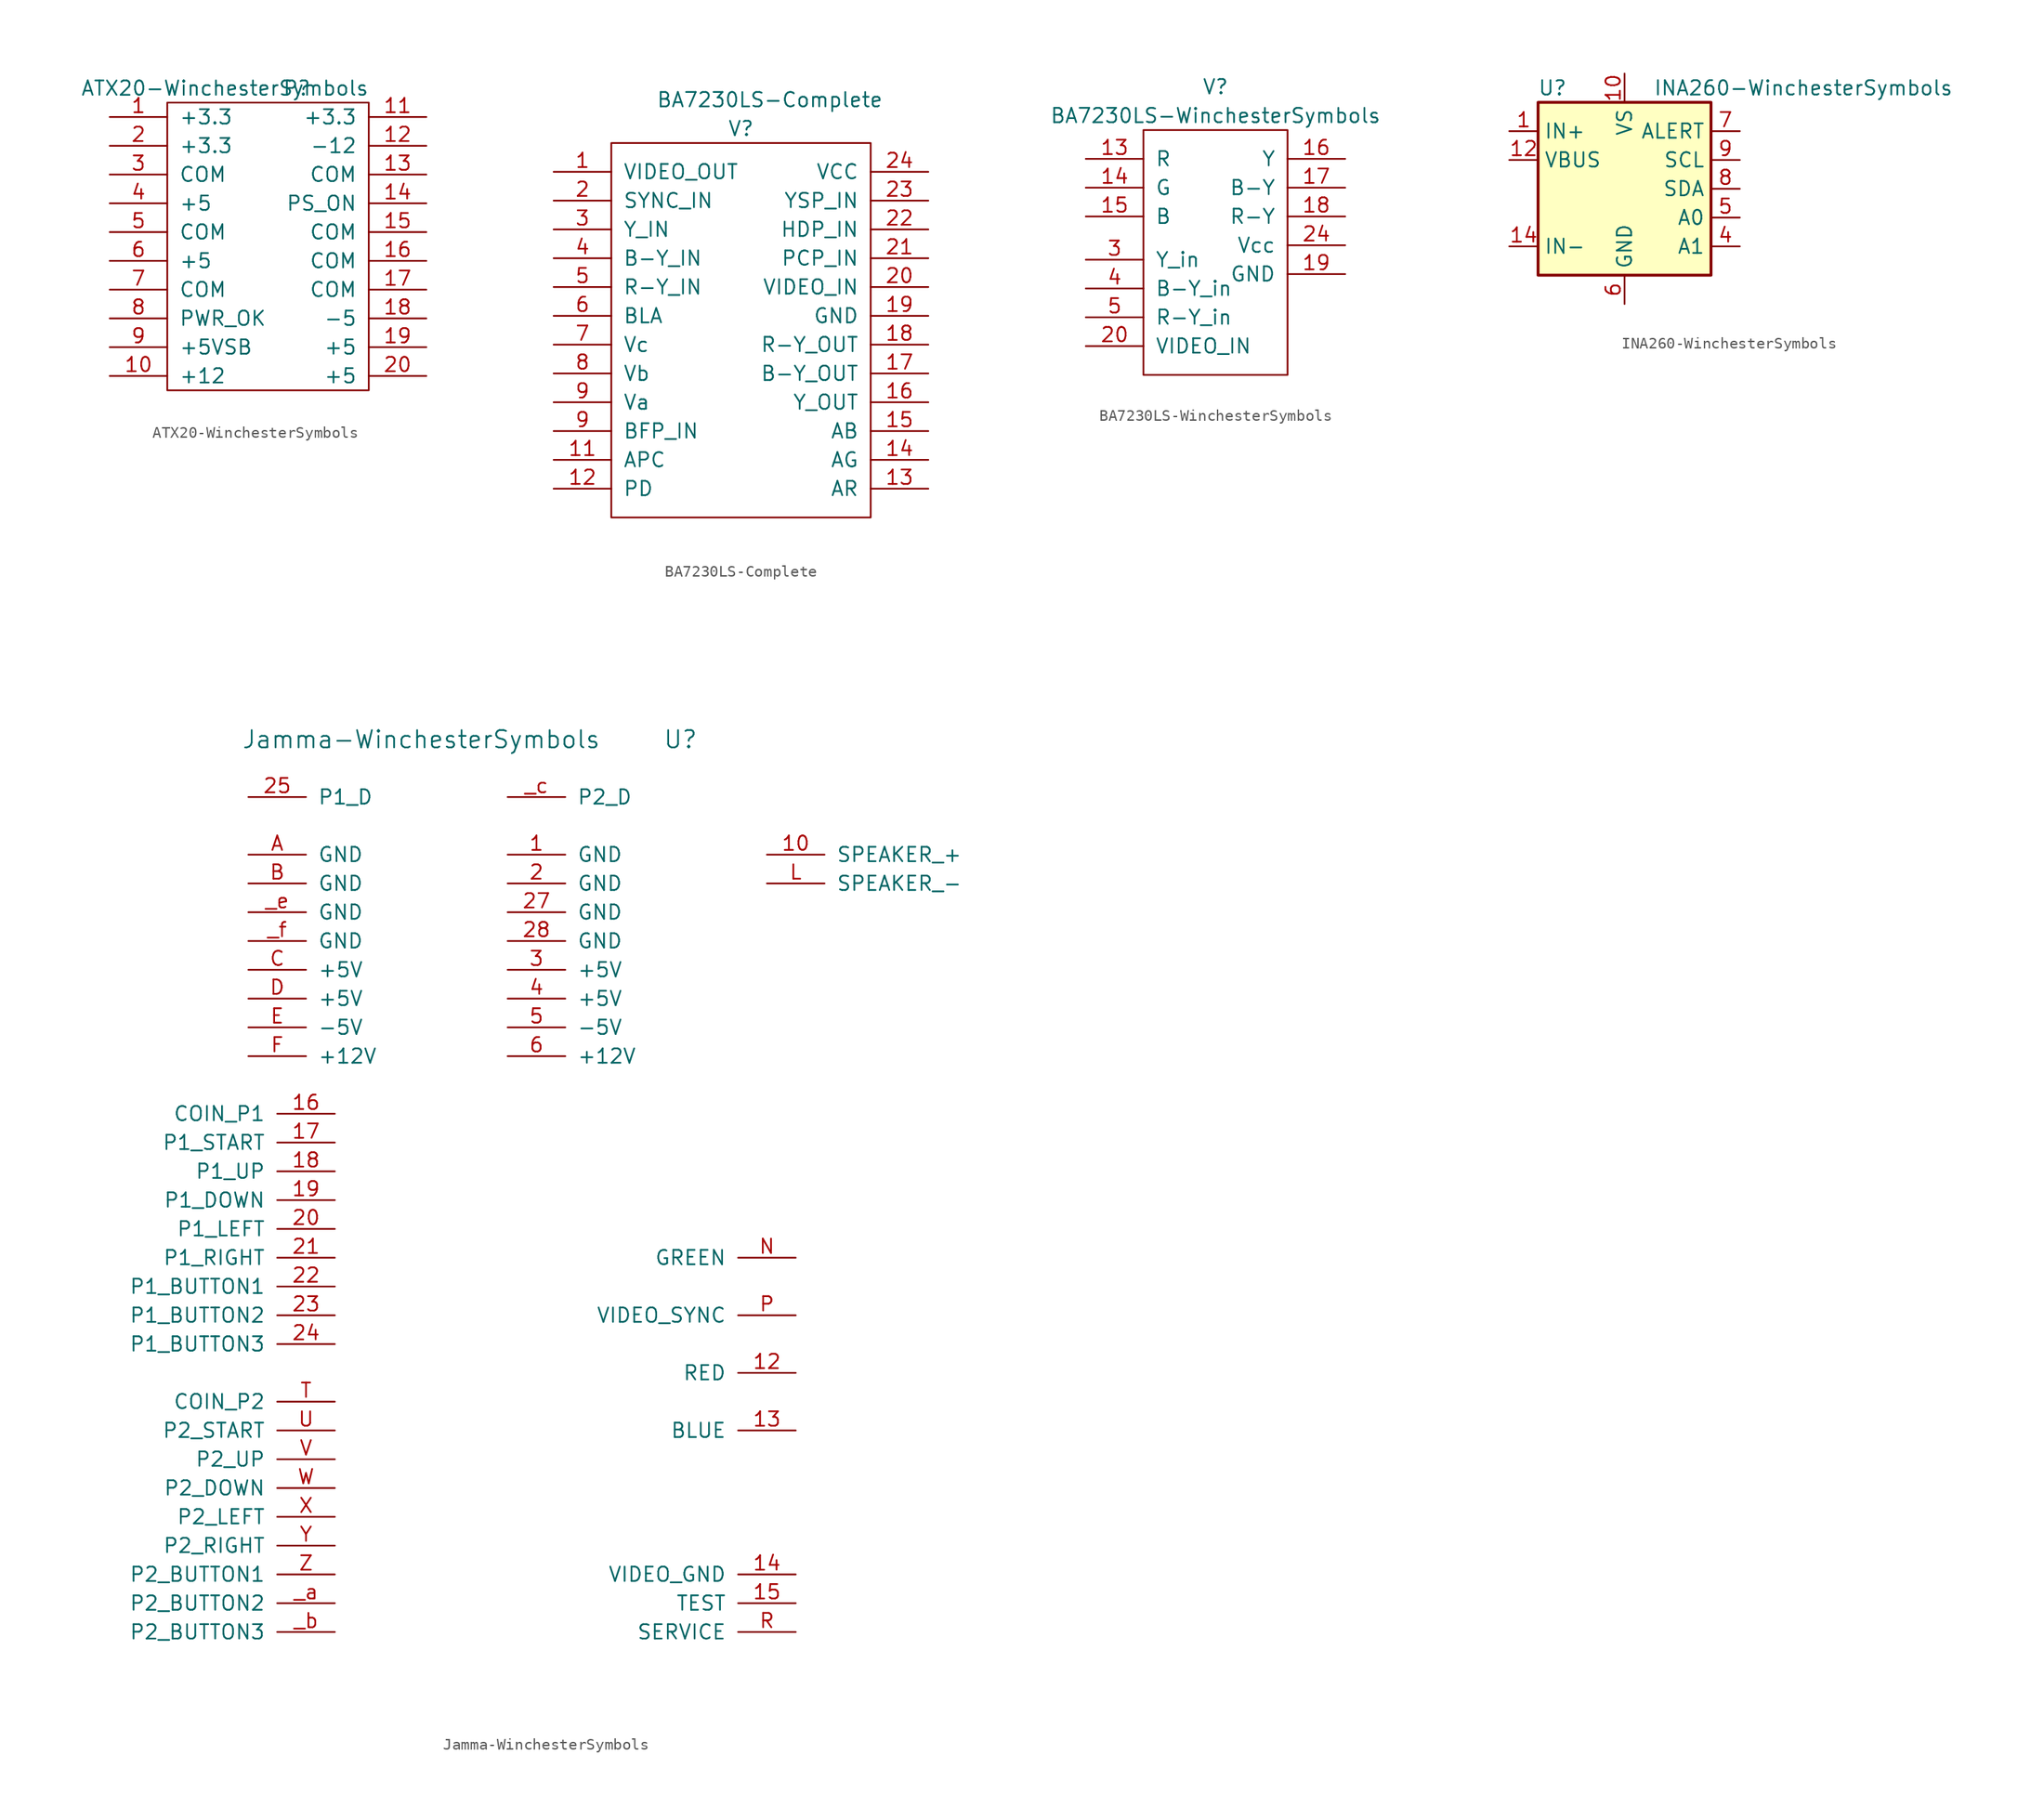
<source format=kicad_sym>
(kicad_symbol_lib
  (version 20211014)
  (generator kicad_symbol_editor)
  (symbol "ATX20-WinchesterSymbols"
    (pin_names
      (offset 1.016))
    (property "Reference" "P"
      (at 2.54 6.35 0)
      (effects (font (size 1.27 1.27))))
    (property "Value" "ATX20-WinchesterSymbols"
      (at -3.81 6.35 0)
      (effects (font (size 1.27 1.27))))
    (symbol "ATX20-WinchesterSymbols_0_1"
      (rectangle (start -8.89 5.08) (end 8.89 -20.32) (stroke (width 0) (type default) (color 0 0 0 0)) (fill (type none))))
    (symbol "ATX20-WinchesterSymbols_1_1"
      (pin input line (at -13.97 3.81 0) (length 5.08) (name "+3.3" (effects (font (size 1.27 1.27)))) (number "1" (effects (font (size 1.27 1.27)))))
      (pin input line (at -13.97 -19.05 0) (length 5.08) (name "+12" (effects (font (size 1.27 1.27)))) (number "10" (effects (font (size 1.27 1.27)))))
      (pin input line (at 13.97 3.81 180) (length 5.08) (name "+3.3" (effects (font (size 1.27 1.27)))) (number "11" (effects (font (size 1.27 1.27)))))
      (pin input line (at 13.97 1.27 180) (length 5.08) (name "-12" (effects (font (size 1.27 1.27)))) (number "12" (effects (font (size 1.27 1.27)))))
      (pin input line (at 13.97 -1.27 180) (length 5.08) (name "COM" (effects (font (size 1.27 1.27)))) (number "13" (effects (font (size 1.27 1.27)))))
      (pin input line (at 13.97 -3.81 180) (length 5.08) (name "PS_ON" (effects (font (size 1.27 1.27)))) (number "14" (effects (font (size 1.27 1.27)))))
      (pin input line (at 13.97 -6.35 180) (length 5.08) (name "COM" (effects (font (size 1.27 1.27)))) (number "15" (effects (font (size 1.27 1.27)))))
      (pin input line (at 13.97 -8.89 180) (length 5.08) (name "COM" (effects (font (size 1.27 1.27)))) (number "16" (effects (font (size 1.27 1.27)))))
      (pin input line (at 13.97 -11.43 180) (length 5.08) (name "COM" (effects (font (size 1.27 1.27)))) (number "17" (effects (font (size 1.27 1.27)))))
      (pin input line (at 13.97 -13.97 180) (length 5.08) (name "-5" (effects (font (size 1.27 1.27)))) (number "18" (effects (font (size 1.27 1.27)))))
      (pin input line (at 13.97 -16.51 180) (length 5.08) (name "+5" (effects (font (size 1.27 1.27)))) (number "19" (effects (font (size 1.27 1.27)))))
      (pin input line (at -13.97 1.27 0) (length 5.08) (name "+3.3" (effects (font (size 1.27 1.27)))) (number "2" (effects (font (size 1.27 1.27)))))
      (pin input line (at 13.97 -19.05 180) (length 5.08) (name "+5" (effects (font (size 1.27 1.27)))) (number "20" (effects (font (size 1.27 1.27)))))
      (pin input line (at -13.97 -1.27 0) (length 5.08) (name "COM" (effects (font (size 1.27 1.27)))) (number "3" (effects (font (size 1.27 1.27)))))
      (pin input line (at -13.97 -3.81 0) (length 5.08) (name "+5" (effects (font (size 1.27 1.27)))) (number "4" (effects (font (size 1.27 1.27)))))
      (pin input line (at -13.97 -6.35 0) (length 5.08) (name "COM" (effects (font (size 1.27 1.27)))) (number "5" (effects (font (size 1.27 1.27)))))
      (pin input line (at -13.97 -8.89 0) (length 5.08) (name "+5" (effects (font (size 1.27 1.27)))) (number "6" (effects (font (size 1.27 1.27)))))
      (pin input line (at -13.97 -11.43 0) (length 5.08) (name "COM" (effects (font (size 1.27 1.27)))) (number "7" (effects (font (size 1.27 1.27)))))
      (pin input line (at -13.97 -13.97 0) (length 5.08) (name "PWR_OK" (effects (font (size 1.27 1.27)))) (number "8" (effects (font (size 1.27 1.27)))))
      (pin input line (at -13.97 -16.51 0) (length 5.08) (name "+5VSB" (effects (font (size 1.27 1.27)))) (number "9" (effects (font (size 1.27 1.27)))))))
  (symbol "BA7230LS-Complete"
    (pin_names
      (offset 1.016))
    (property "Reference" "V"
      (at 0 17.78 0)
      (effects (font (size 1.27 1.27))))
    (property "Value" "BA7230LS-Complete"
      (at 2.54 20.32 0)
      (effects (font (size 1.27 1.27))))
    (symbol "BA7230LS-Complete_0_1"
      (rectangle (start -11.43 16.51) (end 11.43 -16.51) (stroke (width 0) (type default) (color 0 0 0 0)) (fill (type none))))
    (symbol "BA7230LS-Complete_1_1"
      (pin input line (at -16.51 13.97 0) (length 5.08) (name "VIDEO_OUT" (effects (font (size 1.27 1.27)))) (number "1" (effects (font (size 1.27 1.27)))))
      (pin input line (at -16.51 -11.43 0) (length 5.08) (name "APC" (effects (font (size 1.27 1.27)))) (number "11" (effects (font (size 1.27 1.27)))))
      (pin input line (at -16.51 -13.97 0) (length 5.08) (name "PD" (effects (font (size 1.27 1.27)))) (number "12" (effects (font (size 1.27 1.27)))))
      (pin input line (at 16.51 -13.97 180) (length 5.08) (name "AR" (effects (font (size 1.27 1.27)))) (number "13" (effects (font (size 1.27 1.27)))))
      (pin input line (at 16.51 -11.43 180) (length 5.08) (name "AG" (effects (font (size 1.27 1.27)))) (number "14" (effects (font (size 1.27 1.27)))))
      (pin input line (at 16.51 -8.89 180) (length 5.08) (name "AB" (effects (font (size 1.27 1.27)))) (number "15" (effects (font (size 1.27 1.27)))))
      (pin input line (at 16.51 -6.35 180) (length 5.08) (name "Y_OUT" (effects (font (size 1.27 1.27)))) (number "16" (effects (font (size 1.27 1.27)))))
      (pin input line (at 16.51 -3.81 180) (length 5.08) (name "B-Y_OUT" (effects (font (size 1.27 1.27)))) (number "17" (effects (font (size 1.27 1.27)))))
      (pin input line (at 16.51 -1.27 180) (length 5.08) (name "R-Y_OUT" (effects (font (size 1.27 1.27)))) (number "18" (effects (font (size 1.27 1.27)))))
      (pin input line (at 16.51 1.27 180) (length 5.08) (name "GND" (effects (font (size 1.27 1.27)))) (number "19" (effects (font (size 1.27 1.27)))))
      (pin input line (at -16.51 11.43 0) (length 5.08) (name "SYNC_IN" (effects (font (size 1.27 1.27)))) (number "2" (effects (font (size 1.27 1.27)))))
      (pin input line (at 16.51 3.81 180) (length 5.08) (name "VIDEO_IN" (effects (font (size 1.27 1.27)))) (number "20" (effects (font (size 1.27 1.27)))))
      (pin input line (at 16.51 6.35 180) (length 5.08) (name "PCP_IN" (effects (font (size 1.27 1.27)))) (number "21" (effects (font (size 1.27 1.27)))))
      (pin input line (at 16.51 8.89 180) (length 5.08) (name "HDP_IN" (effects (font (size 1.27 1.27)))) (number "22" (effects (font (size 1.27 1.27)))))
      (pin input line (at 16.51 11.43 180) (length 5.08) (name "YSP_IN" (effects (font (size 1.27 1.27)))) (number "23" (effects (font (size 1.27 1.27)))))
      (pin input line (at 16.51 13.97 180) (length 5.08) (name "VCC" (effects (font (size 1.27 1.27)))) (number "24" (effects (font (size 1.27 1.27)))))
      (pin input line (at -16.51 8.89 0) (length 5.08) (name "Y_IN" (effects (font (size 1.27 1.27)))) (number "3" (effects (font (size 1.27 1.27)))))
      (pin input line (at -16.51 6.35 0) (length 5.08) (name "B-Y_IN" (effects (font (size 1.27 1.27)))) (number "4" (effects (font (size 1.27 1.27)))))
      (pin input line (at -16.51 3.81 0) (length 5.08) (name "R-Y_IN" (effects (font (size 1.27 1.27)))) (number "5" (effects (font (size 1.27 1.27)))))
      (pin input line (at -16.51 1.27 0) (length 5.08) (name "BLA" (effects (font (size 1.27 1.27)))) (number "6" (effects (font (size 1.27 1.27)))))
      (pin input line (at -16.51 -1.27 0) (length 5.08) (name "Vc" (effects (font (size 1.27 1.27)))) (number "7" (effects (font (size 1.27 1.27)))))
      (pin input line (at -16.51 -3.81 0) (length 5.08) (name "Vb" (effects (font (size 1.27 1.27)))) (number "8" (effects (font (size 1.27 1.27)))))
      (pin input line (at -16.51 -8.89 0) (length 5.08) (name "BFP_IN" (effects (font (size 1.27 1.27)))) (number "9" (effects (font (size 1.27 1.27)))))
      (pin input line (at -16.51 -6.35 0) (length 5.08) (name "Va" (effects (font (size 1.27 1.27)))) (number "9" (effects (font (size 1.27 1.27)))))))
  (symbol "BA7230LS-WinchesterSymbols"
    (pin_names
      (offset 1.016))
    (property "Reference" "V"
      (at 0 12.7 0)
      (effects (font (size 1.27 1.27))))
    (property "Value" "BA7230LS-WinchesterSymbols"
      (at 0 10.16 0)
      (effects (font (size 1.27 1.27))))
    (symbol "BA7230LS-WinchesterSymbols_0_1"
      (rectangle (start -6.35 8.89) (end 6.35 -12.7) (stroke (width 0) (type default) (color 0 0 0 0)) (fill (type none))))
    (symbol "BA7230LS-WinchesterSymbols_1_1"
      (pin input line (at -11.43 6.35 0) (length 5.08) (name "R" (effects (font (size 1.27 1.27)))) (number "13" (effects (font (size 1.27 1.27)))))
      (pin input line (at -11.43 3.81 0) (length 5.08) (name "G" (effects (font (size 1.27 1.27)))) (number "14" (effects (font (size 1.27 1.27)))))
      (pin input line (at -11.43 1.27 0) (length 5.08) (name "B" (effects (font (size 1.27 1.27)))) (number "15" (effects (font (size 1.27 1.27)))))
      (pin input line (at 11.43 6.35 180) (length 5.08) (name "Y" (effects (font (size 1.27 1.27)))) (number "16" (effects (font (size 1.27 1.27)))))
      (pin input line (at 11.43 3.81 180) (length 5.08) (name "B-Y" (effects (font (size 1.27 1.27)))) (number "17" (effects (font (size 1.27 1.27)))))
      (pin input line (at 11.43 1.27 180) (length 5.08) (name "R-Y" (effects (font (size 1.27 1.27)))) (number "18" (effects (font (size 1.27 1.27)))))
      (pin input line (at 11.43 -3.81 180) (length 5.08) (name "GND" (effects (font (size 1.27 1.27)))) (number "19" (effects (font (size 1.27 1.27)))))
      (pin input line (at -11.43 -10.16 0) (length 5.08) (name "VIDEO_IN" (effects (font (size 1.27 1.27)))) (number "20" (effects (font (size 1.27 1.27)))))
      (pin input line (at 11.43 -1.27 180) (length 5.08) (name "Vcc" (effects (font (size 1.27 1.27)))) (number "24" (effects (font (size 1.27 1.27)))))
      (pin input line (at -11.43 -2.54 0) (length 5.08) (name "Y_in" (effects (font (size 1.27 1.27)))) (number "3" (effects (font (size 1.27 1.27)))))
      (pin input line (at -11.43 -5.08 0) (length 5.08) (name "B-Y_in" (effects (font (size 1.27 1.27)))) (number "4" (effects (font (size 1.27 1.27)))))
      (pin input line (at -11.43 -7.62 0) (length 5.08) (name "R-Y_in" (effects (font (size 1.27 1.27)))) (number "5" (effects (font (size 1.27 1.27)))))))
  (symbol "INA260-WinchesterSymbols"
    (property "Reference" "U"
      (at -6.35 8.89 0)
      (effects (font (size 1.27 1.27))))
    (property "Value" "INA260-WinchesterSymbols"
      (at 2.54 8.89 0)
      (effects (font (size 1.27 1.27)) (justify left)))
    (symbol "INA260-WinchesterSymbols_0_1"
      (rectangle (start -7.62 7.62) (end 7.62 -7.62) (stroke (width 0.254) (type default) (color 0 0 0 0)) (fill (type background))))
    (symbol "INA260-WinchesterSymbols_1_1"
      (pin passive line (at -10.16 5.08 0) (length 2.54) (name "IN+" (effects (font (size 1.27 1.27)))) (number "1" (effects (font (size 1.27 1.27)))))
      (pin power_in line (at 0 10.16 270) (length 2.54) (name "VS" (effects (font (size 1.27 1.27)))) (number "10" (effects (font (size 1.27 1.27)))))
      (pin passive line (at 0 -10.16 90) (length 2.54) hide (name "GND" (effects (font (size 1.27 1.27)))) (number "11" (effects (font (size 1.27 1.27)))))
      (pin passive line (at -10.16 2.54 0) (length 2.54) (name "VBUS" (effects (font (size 1.27 1.27)))) (number "12" (effects (font (size 1.27 1.27)))))
      (pin no_connect line (at 2.54 -7.62 90) (length 2.54) hide (name "NC" (effects (font (size 1.27 1.27)))) (number "13" (effects (font (size 1.27 1.27)))))
      (pin passive line (at -10.16 -5.08 0) (length 2.54) (name "IN-" (effects (font (size 1.27 1.27)))) (number "14" (effects (font (size 1.27 1.27)))))
      (pin passive line (at -10.16 -5.08 0) (length 2.54) hide (name "IN-" (effects (font (size 1.27 1.27)))) (number "15" (effects (font (size 1.27 1.27)))))
      (pin passive line (at -10.16 -5.08 0) (length 2.54) hide (name "IN-" (effects (font (size 1.27 1.27)))) (number "16" (effects (font (size 1.27 1.27)))))
      (pin passive line (at -10.16 5.08 0) (length 2.54) hide (name "IN+" (effects (font (size 1.27 1.27)))) (number "2" (effects (font (size 1.27 1.27)))))
      (pin passive line (at -10.16 5.08 0) (length 2.54) hide (name "IN+" (effects (font (size 1.27 1.27)))) (number "3" (effects (font (size 1.27 1.27)))))
      (pin input line (at 10.16 -5.08 180) (length 2.54) (name "A1" (effects (font (size 1.27 1.27)))) (number "4" (effects (font (size 1.27 1.27)))))
      (pin input line (at 10.16 -2.54 180) (length 2.54) (name "A0" (effects (font (size 1.27 1.27)))) (number "5" (effects (font (size 1.27 1.27)))))
      (pin power_in line (at 0 -10.16 90) (length 2.54) (name "GND" (effects (font (size 1.27 1.27)))) (number "6" (effects (font (size 1.27 1.27)))))
      (pin open_collector line (at 10.16 5.08 180) (length 2.54) (name "ALERT" (effects (font (size 1.27 1.27)))) (number "7" (effects (font (size 1.27 1.27)))))
      (pin bidirectional line (at 10.16 0 180) (length 2.54) (name "SDA" (effects (font (size 1.27 1.27)))) (number "8" (effects (font (size 1.27 1.27)))))
      (pin input line (at 10.16 2.54 180) (length 2.54) (name "SCL" (effects (font (size 1.27 1.27)))) (number "9" (effects (font (size 1.27 1.27)))))))
  (symbol "Jamma-WinchesterSymbols"
    (pin_names
      (offset 1.016))
    (property "Reference" "U"
      (at 13.97 10.16 0)
      (effects (font (size 1.524 1.524))))
    (property "Value" "Jamma-WinchesterSymbols"
      (at -8.89 10.16 0)
      (effects (font (size 1.524 1.524))))
    (symbol "Jamma-WinchesterSymbols_1_1"
      (pin input line (at -1.27 0 0) (length 5.08) (name "GND" (effects (font (size 1.27 1.27)))) (number "1" (effects (font (size 1.27 1.27)))))
      (pin input line (at 21.59 0 0) (length 5.08) (name "SPEAKER_+" (effects (font (size 1.27 1.27)))) (number "10" (effects (font (size 1.27 1.27)))))
      (pin input line (at 24.13 -45.72 180) (length 5.08) (name "RED" (effects (font (size 1.27 1.27)))) (number "12" (effects (font (size 1.27 1.27)))))
      (pin input line (at 24.13 -50.8 180) (length 5.08) (name "BLUE" (effects (font (size 1.27 1.27)))) (number "13" (effects (font (size 1.27 1.27)))))
      (pin input line (at 24.13 -63.5 180) (length 5.08) (name "VIDEO_GND" (effects (font (size 1.27 1.27)))) (number "14" (effects (font (size 1.27 1.27)))))
      (pin input line (at 24.13 -66.04 180) (length 5.08) (name "TEST" (effects (font (size 1.27 1.27)))) (number "15" (effects (font (size 1.27 1.27)))))
      (pin input line (at -16.51 -22.86 180) (length 5.08) (name "COIN_P1" (effects (font (size 1.27 1.27)))) (number "16" (effects (font (size 1.27 1.27)))))
      (pin input line (at -16.51 -25.4 180) (length 5.08) (name "P1_START" (effects (font (size 1.27 1.27)))) (number "17" (effects (font (size 1.27 1.27)))))
      (pin input line (at -16.51 -27.94 180) (length 5.08) (name "P1_UP" (effects (font (size 1.27 1.27)))) (number "18" (effects (font (size 1.27 1.27)))))
      (pin input line (at -16.51 -30.48 180) (length 5.08) (name "P1_DOWN" (effects (font (size 1.27 1.27)))) (number "19" (effects (font (size 1.27 1.27)))))
      (pin input line (at -1.27 -2.54 0) (length 5.08) (name "GND" (effects (font (size 1.27 1.27)))) (number "2" (effects (font (size 1.27 1.27)))))
      (pin input line (at -16.51 -33.02 180) (length 5.08) (name "P1_LEFT" (effects (font (size 1.27 1.27)))) (number "20" (effects (font (size 1.27 1.27)))))
      (pin input line (at -16.51 -35.56 180) (length 5.08) (name "P1_RIGHT" (effects (font (size 1.27 1.27)))) (number "21" (effects (font (size 1.27 1.27)))))
      (pin input line (at -16.51 -38.1 180) (length 5.08) (name "P1_BUTTON1" (effects (font (size 1.27 1.27)))) (number "22" (effects (font (size 1.27 1.27)))))
      (pin input line (at -16.51 -40.64 180) (length 5.08) (name "P1_BUTTON2" (effects (font (size 1.27 1.27)))) (number "23" (effects (font (size 1.27 1.27)))))
      (pin input line (at -16.51 -43.18 180) (length 5.08) (name "P1_BUTTON3" (effects (font (size 1.27 1.27)))) (number "24" (effects (font (size 1.27 1.27)))))
      (pin input line (at -24.13 5.08 0) (length 5.08) (name "P1_D" (effects (font (size 1.27 1.27)))) (number "25" (effects (font (size 1.27 1.27)))))
      (pin input line (at -1.27 -5.08 0) (length 5.08) (name "GND" (effects (font (size 1.27 1.27)))) (number "27" (effects (font (size 1.27 1.27)))))
      (pin input line (at -1.27 -7.62 0) (length 5.08) (name "GND" (effects (font (size 1.27 1.27)))) (number "28" (effects (font (size 1.27 1.27)))))
      (pin input line (at -1.27 -10.16 0) (length 5.08) (name "+5V" (effects (font (size 1.27 1.27)))) (number "3" (effects (font (size 1.27 1.27)))))
      (pin input line (at -1.27 -12.7 0) (length 5.08) (name "+5V" (effects (font (size 1.27 1.27)))) (number "4" (effects (font (size 1.27 1.27)))))
      (pin input line (at -1.27 -15.24 0) (length 5.08) (name "-5V" (effects (font (size 1.27 1.27)))) (number "5" (effects (font (size 1.27 1.27)))))
      (pin input line (at -1.27 -17.78 0) (length 5.08) (name "+12V" (effects (font (size 1.27 1.27)))) (number "6" (effects (font (size 1.27 1.27)))))
      (pin input line (at -24.13 0 0) (length 5.08) (name "GND" (effects (font (size 1.27 1.27)))) (number "A" (effects (font (size 1.27 1.27)))))
      (pin input line (at -24.13 -2.54 0) (length 5.08) (name "GND" (effects (font (size 1.27 1.27)))) (number "B" (effects (font (size 1.27 1.27)))))
      (pin input line (at -24.13 -10.16 0) (length 5.08) (name "+5V" (effects (font (size 1.27 1.27)))) (number "C" (effects (font (size 1.27 1.27)))))
      (pin input line (at -24.13 -12.7 0) (length 5.08) (name "+5V" (effects (font (size 1.27 1.27)))) (number "D" (effects (font (size 1.27 1.27)))))
      (pin input line (at -24.13 -15.24 0) (length 5.08) (name "-5V" (effects (font (size 1.27 1.27)))) (number "E" (effects (font (size 1.27 1.27)))))
      (pin input line (at -24.13 -17.78 0) (length 5.08) (name "+12V" (effects (font (size 1.27 1.27)))) (number "F" (effects (font (size 1.27 1.27)))))
      (pin input line (at 21.59 -2.54 0) (length 5.08) (name "SPEAKER_-" (effects (font (size 1.27 1.27)))) (number "L" (effects (font (size 1.27 1.27)))))
      (pin input line (at 24.13 -35.56 180) (length 5.08) (name "GREEN" (effects (font (size 1.27 1.27)))) (number "N" (effects (font (size 1.27 1.27)))))
      (pin input line (at 24.13 -40.64 180) (length 5.08) (name "VIDEO_SYNC" (effects (font (size 1.27 1.27)))) (number "P" (effects (font (size 1.27 1.27)))))
      (pin input line (at 24.13 -68.58 180) (length 5.08) (name "SERVICE" (effects (font (size 1.27 1.27)))) (number "R" (effects (font (size 1.27 1.27)))))
      (pin input line (at -16.51 -48.26 180) (length 5.08) (name "COIN_P2" (effects (font (size 1.27 1.27)))) (number "T" (effects (font (size 1.27 1.27)))))
      (pin input line (at -16.51 -50.8 180) (length 5.08) (name "P2_START" (effects (font (size 1.27 1.27)))) (number "U" (effects (font (size 1.27 1.27)))))
      (pin input line (at -16.51 -53.34 180) (length 5.08) (name "P2_UP" (effects (font (size 1.27 1.27)))) (number "V" (effects (font (size 1.27 1.27)))))
      (pin input line (at -16.51 -55.88 180) (length 5.08) (name "P2_DOWN" (effects (font (size 1.27 1.27)))) (number "W" (effects (font (size 1.27 1.27)))))
      (pin input line (at -16.51 -58.42 180) (length 5.08) (name "P2_LEFT" (effects (font (size 1.27 1.27)))) (number "X" (effects (font (size 1.27 1.27)))))
      (pin input line (at -16.51 -60.96 180) (length 5.08) (name "P2_RIGHT" (effects (font (size 1.27 1.27)))) (number "Y" (effects (font (size 1.27 1.27)))))
      (pin input line (at -16.51 -63.5 180) (length 5.08) (name "P2_BUTTON1" (effects (font (size 1.27 1.27)))) (number "Z" (effects (font (size 1.27 1.27)))))
      (pin input line (at -16.51 -66.04 180) (length 5.08) (name "P2_BUTTON2" (effects (font (size 1.27 1.27)))) (number "_a" (effects (font (size 1.27 1.27)))))
      (pin input line (at -16.51 -68.58 180) (length 5.08) (name "P2_BUTTON3" (effects (font (size 1.27 1.27)))) (number "_b" (effects (font (size 1.27 1.27)))))
      (pin input line (at -1.27 5.08 0) (length 5.08) (name "P2_D" (effects (font (size 1.27 1.27)))) (number "_c" (effects (font (size 1.27 1.27)))))
      (pin input line (at -24.13 -5.08 0) (length 5.08) (name "GND" (effects (font (size 1.27 1.27)))) (number "_e" (effects (font (size 1.27 1.27)))))
      (pin input line (at -24.13 -7.62 0) (length 5.08) (name "GND" (effects (font (size 1.27 1.27)))) (number "_f" (effects (font (size 1.27 1.27))))))))
</source>
